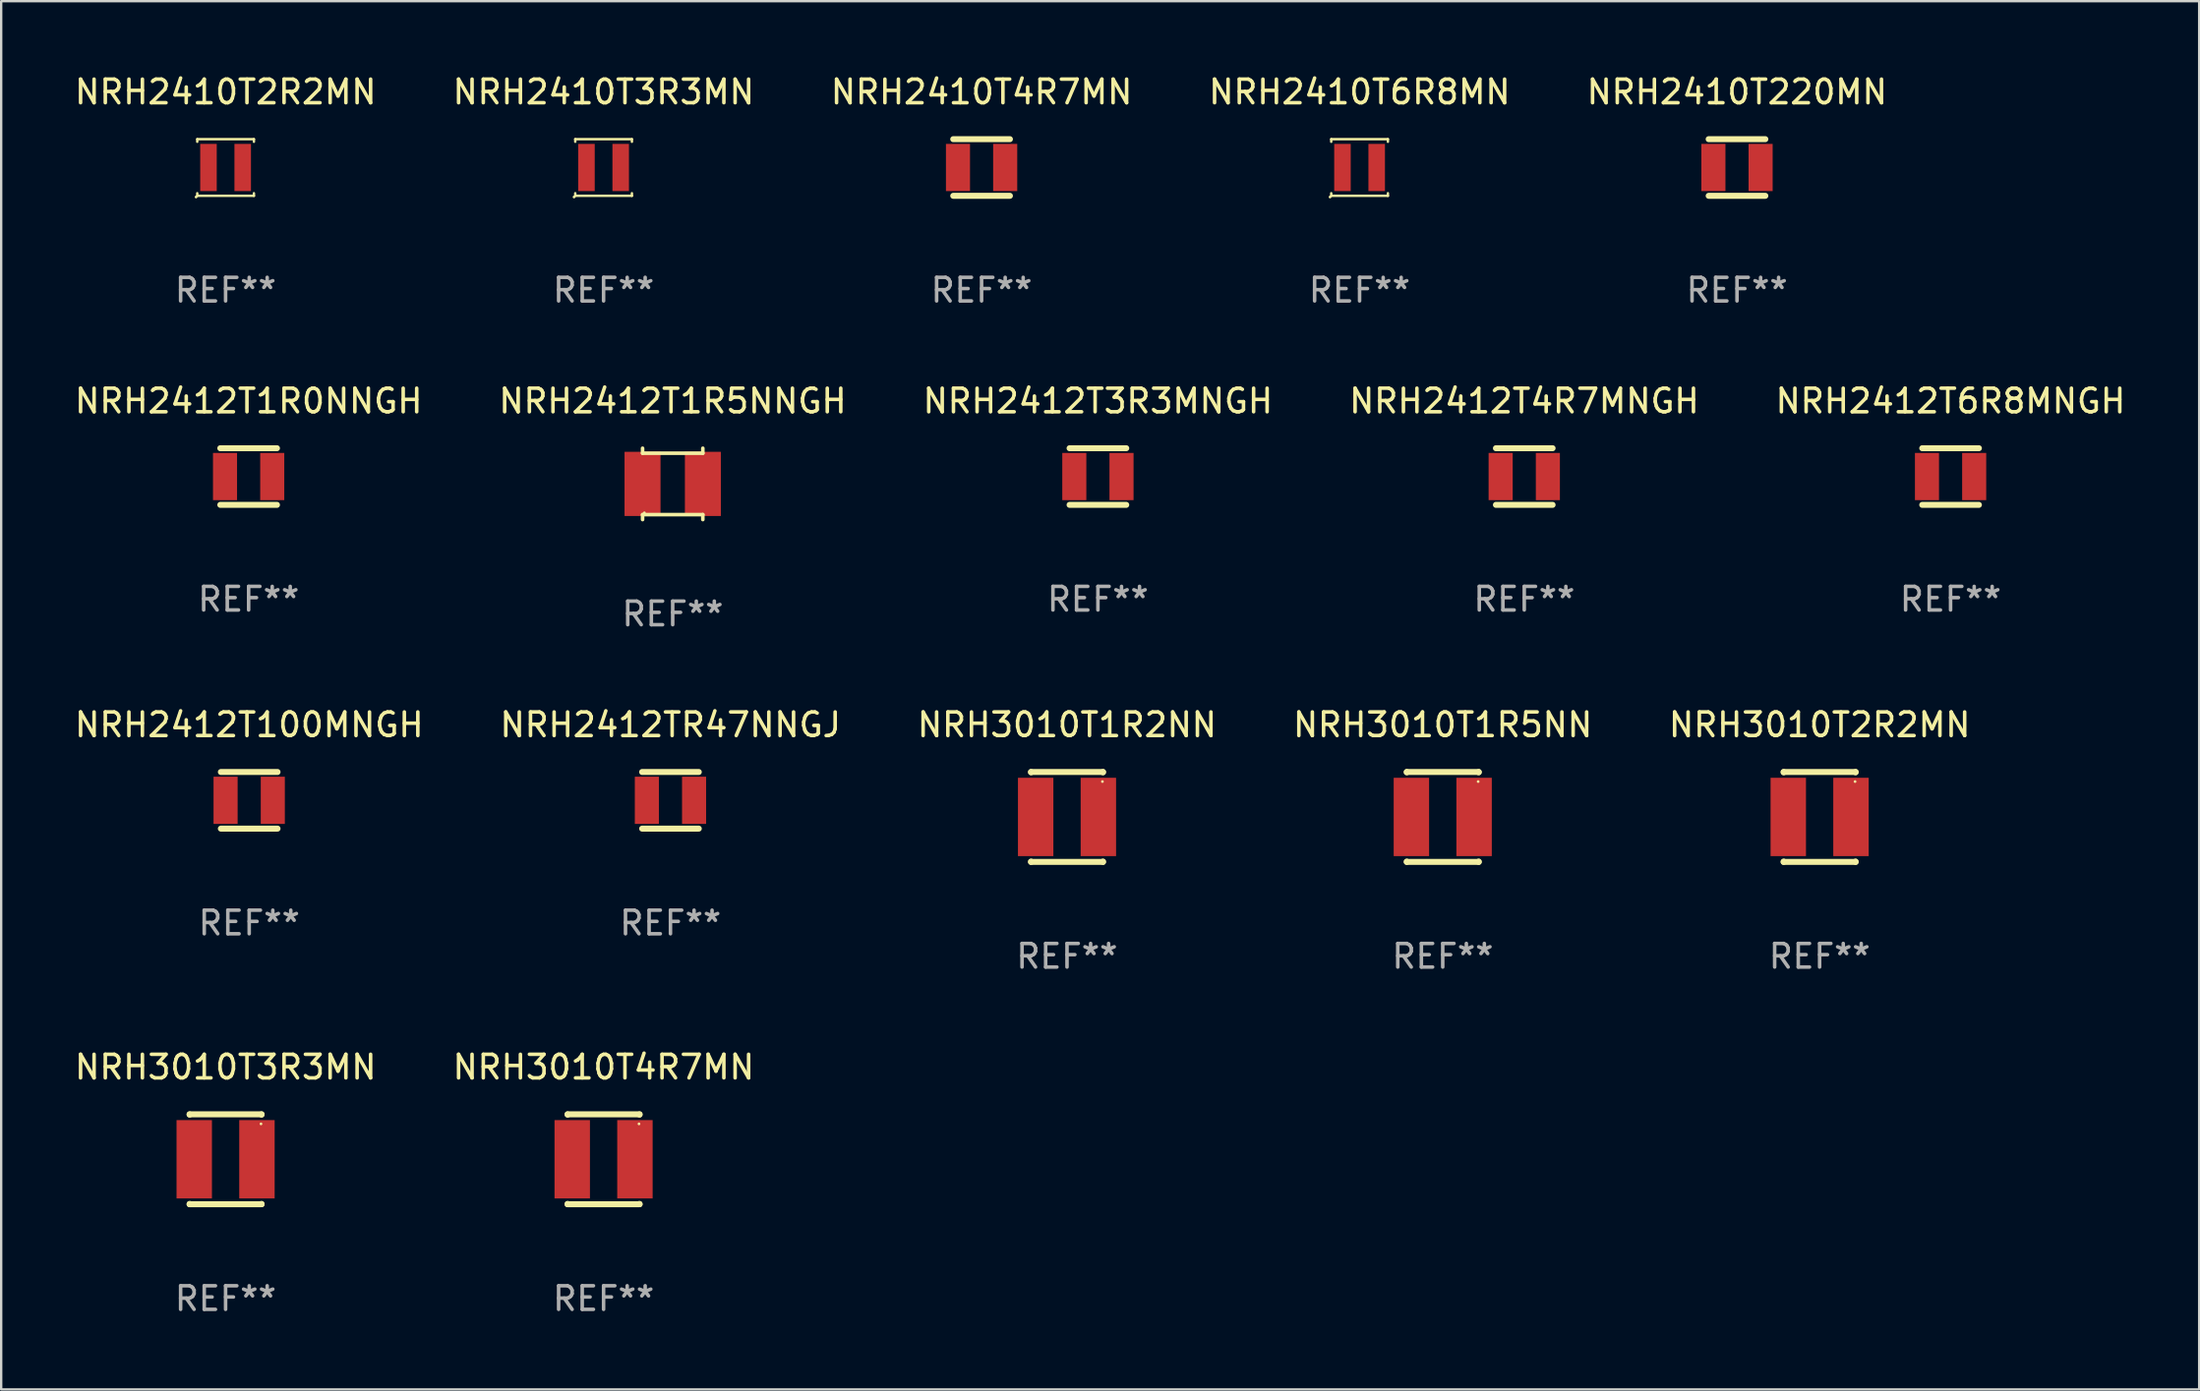
<source format=kicad_pcb>
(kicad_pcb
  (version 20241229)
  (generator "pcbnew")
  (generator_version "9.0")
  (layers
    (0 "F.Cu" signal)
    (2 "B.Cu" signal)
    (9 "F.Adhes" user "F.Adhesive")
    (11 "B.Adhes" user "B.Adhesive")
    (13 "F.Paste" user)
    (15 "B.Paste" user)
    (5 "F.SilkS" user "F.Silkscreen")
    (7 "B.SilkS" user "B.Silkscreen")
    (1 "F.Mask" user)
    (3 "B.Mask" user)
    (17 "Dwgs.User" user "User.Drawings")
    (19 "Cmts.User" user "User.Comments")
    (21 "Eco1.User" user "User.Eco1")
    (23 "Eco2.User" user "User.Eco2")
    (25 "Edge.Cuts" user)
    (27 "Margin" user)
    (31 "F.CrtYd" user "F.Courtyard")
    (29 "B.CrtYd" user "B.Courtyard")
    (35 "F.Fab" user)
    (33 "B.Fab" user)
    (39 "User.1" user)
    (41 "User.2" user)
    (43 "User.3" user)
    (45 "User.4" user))
  (footprint "NRH2412TR47NNGJ"
    (layer "F.Cu")
    (at 25.351 30.866)
    (property "Reference" "NRH2412TR47NNGJ" (at 0 -3.2 0) (layer "F.SilkS") (effects (font (size 1 1) (thickness 0.15))))
    (attr through_hole)
    (fp_line (start -1.2 -1.2) (end 1.2 -1.2) (stroke (width 0.254) (type solid)) (layer "F.SilkS"))
    (fp_line (start -1.2 1.2) (end 1.2 1.2) (stroke (width 0.254) (type solid)) (layer "F.SilkS"))
    (fp_circle (center -1.2 1.2) (end -1.17 1.2) (stroke (width 0.06) (type solid)) (fill no) (layer "F.SilkS"))
    (fp_text user "REF**" (at 0 5.2 0) (layer "F.Fab") (effects (font (size 1 1) (thickness 0.15))))
    (pad "1" smd rect (at -1 0) (size 1.02 2) (layers "F.Cu" "F.Mask" "F.Paste"))
    (pad "2" smd rect (at 1 0) (size 1.02 2) (layers "F.Cu" "F.Mask" "F.Paste")))
  (footprint "NRH3010T2R2MN"
    (layer "F.Cu")
    (at 74.03 31.571)
    (property "Reference" "NRH3010T2R2MN" (at 0 -3.905 0) (layer "F.SilkS") (effects (font (size 1 1) (thickness 0.15))))
    (attr through_hole)
    (fp_line (start -1.524 -1.905) (end 1.524 -1.905) (stroke (width 0.254) (type solid)) (layer "F.SilkS"))
    (fp_line (start -1.524 -1.891) (end -1.524 -1.905) (stroke (width 0.254) (type solid)) (layer "F.SilkS"))
    (fp_line (start -1.524 1.905) (end -1.524 1.891) (stroke (width 0.254) (type solid)) (layer "F.SilkS"))
    (fp_line (start -1.524 1.905) (end 1.524 1.905) (stroke (width 0.254) (type solid)) (layer "F.SilkS"))
    (fp_line (start 1.524 -1.905) (end 1.524 -1.891) (stroke (width 0.254) (type solid)) (layer "F.SilkS"))
    (fp_line (start 1.524 1.891) (end 1.524 1.905) (stroke (width 0.254) (type solid)) (layer "F.SilkS"))
    (fp_circle (center 1.5 -1.5) (end 1.53 -1.5) (stroke (width 0.06) (type solid)) (fill no) (layer "F.SilkS"))
    (fp_text user "REF**" (at 0 5.905 0) (layer "F.Fab") (effects (font (size 1 1) (thickness 0.15))))
    (pad "1" smd rect (at 1.328 0) (size 1.5 3.32) (layers "F.Cu" "F.Mask" "F.Paste"))
    (pad "2" smd rect (at -1.328 0) (size 1.5 3.32) (layers "F.Cu" "F.Mask" "F.Paste")))
  (footprint "NRH2412T1R5NNGH"
    (layer "F.Cu")
    (at 25.446 17.457)
    (property "Reference" "NRH2412T1R5NNGH" (at 0 -3.512 0) (layer "F.SilkS") (effects (font (size 1 1) (thickness 0.15))))
    (attr through_hole)
    (fp_line (start -1.276 -1.512) (end -1.276 -1.301) (stroke (width 0.152) (type solid)) (layer "F.SilkS"))
    (fp_line (start -1.276 -1.301) (end 1.276 -1.301) (stroke (width 0.152) (type solid)) (layer "F.SilkS"))
    (fp_line (start -1.276 1.301) (end 1.276 1.301) (stroke (width 0.152) (type solid)) (layer "F.SilkS"))
    (fp_line (start -1.276 1.512) (end -1.276 1.301) (stroke (width 0.152) (type solid)) (layer "F.SilkS"))
    (fp_line (start 1.276 -1.301) (end 1.276 -1.512) (stroke (width 0.152) (type solid)) (layer "F.SilkS"))
    (fp_line (start 1.276 1.301) (end 1.276 1.512) (stroke (width 0.152) (type solid)) (layer "F.SilkS"))
    (fp_circle (center -1.2 1.225) (end -1.17 1.225) (stroke (width 0.06) (type solid)) (fill no) (layer "F.SilkS"))
    (fp_text user "REF**" (at 0 5.512 0) (layer "F.Fab") (effects (font (size 1 1) (thickness 0.15))))
    (pad "1" smd rect (at 1.278 0) (size 1.524 2.72) (layers "F.Cu" "F.Mask" "F.Paste"))
    (pad "2" smd rect (at -1.278 0) (size 1.524 2.72) (layers "F.Cu" "F.Mask" "F.Paste")))
  (footprint "NRH2412T6R8MNGH"
    (layer "F.Cu")
    (at 79.577 17.145)
    (property "Reference" "NRH2412T6R8MNGH" (at 0 -3.2 0) (layer "F.SilkS") (effects (font (size 1 1) (thickness 0.15))))
    (attr through_hole)
    (fp_line (start -1.2 -1.2) (end 1.2 -1.2) (stroke (width 0.254) (type solid)) (layer "F.SilkS"))
    (fp_line (start -1.2 1.2) (end 1.2 1.2) (stroke (width 0.254) (type solid)) (layer "F.SilkS"))
    (fp_circle (center -1.2 1.2) (end -1.17 1.2) (stroke (width 0.06) (type solid)) (fill no) (layer "F.SilkS"))
    (fp_text user "REF**" (at 0 5.2 0) (layer "F.Fab") (effects (font (size 1 1) (thickness 0.15))))
    (pad "1" smd rect (at -1 0) (size 1.02 2) (layers "F.Cu" "F.Mask" "F.Paste"))
    (pad "2" smd rect (at 1 0) (size 1.02 2) (layers "F.Cu" "F.Mask" "F.Paste")))
  (footprint "NRH3010T4R7MN"
    (layer "F.Cu")
    (at 22.518 46.078)
    (property "Reference" "NRH3010T4R7MN" (at 0 -3.905 0) (layer "F.SilkS") (effects (font (size 1 1) (thickness 0.15))))
    (attr through_hole)
    (fp_line (start -1.524 -1.905) (end 1.524 -1.905) (stroke (width 0.254) (type solid)) (layer "F.SilkS"))
    (fp_line (start -1.524 -1.891) (end -1.524 -1.905) (stroke (width 0.254) (type solid)) (layer "F.SilkS"))
    (fp_line (start -1.524 1.905) (end -1.524 1.891) (stroke (width 0.254) (type solid)) (layer "F.SilkS"))
    (fp_line (start -1.524 1.905) (end 1.524 1.905) (stroke (width 0.254) (type solid)) (layer "F.SilkS"))
    (fp_line (start 1.524 -1.905) (end 1.524 -1.891) (stroke (width 0.254) (type solid)) (layer "F.SilkS"))
    (fp_line (start 1.524 1.891) (end 1.524 1.905) (stroke (width 0.254) (type solid)) (layer "F.SilkS"))
    (fp_circle (center 1.5 -1.5) (end 1.53 -1.5) (stroke (width 0.06) (type solid)) (fill no) (layer "F.SilkS"))
    (fp_text user "REF**" (at 0 5.905 0) (layer "F.Fab") (effects (font (size 1 1) (thickness 0.15))))
    (pad "1" smd rect (at 1.328 0) (size 1.5 3.32) (layers "F.Cu" "F.Mask" "F.Paste"))
    (pad "2" smd rect (at -1.328 0) (size 1.5 3.32) (layers "F.Cu" "F.Mask" "F.Paste")))
  (footprint "NRH2412T3R3MNGH"
    (layer "F.Cu")
    (at 43.458 17.145)
    (property "Reference" "NRH2412T3R3MNGH" (at 0 -3.2 0) (layer "F.SilkS") (effects (font (size 1 1) (thickness 0.15))))
    (attr through_hole)
    (fp_line (start -1.2 -1.2) (end 1.2 -1.2) (stroke (width 0.254) (type solid)) (layer "F.SilkS"))
    (fp_line (start -1.2 1.2) (end 1.2 1.2) (stroke (width 0.254) (type solid)) (layer "F.SilkS"))
    (fp_circle (center -1.2 1.2) (end -1.17 1.2) (stroke (width 0.06) (type solid)) (fill no) (layer "F.SilkS"))
    (fp_text user "REF**" (at 0 5.2 0) (layer "F.Fab") (effects (font (size 1 1) (thickness 0.15))))
    (pad "1" smd rect (at -1 0) (size 1.02 2) (layers "F.Cu" "F.Mask" "F.Paste"))
    (pad "2" smd rect (at 1 0) (size 1.02 2) (layers "F.Cu" "F.Mask" "F.Paste")))
  (footprint "NRH2410T2R2MN"
    (layer "F.Cu")
    (at 6.506 4.048)
    (property "Reference" "NRH2410T2R2MN" (at 0 -3.2 0) (layer "F.SilkS") (effects (font (size 1 1) (thickness 0.15))))
    (attr through_hole)
    (fp_line (start -1.2 -1.2) (end 1.2 -1.2) (stroke (width 0.102) (type solid)) (layer "F.SilkS"))
    (fp_line (start -1.2 -1.09) (end -1.2 -1.2) (stroke (width 0.102) (type solid)) (layer "F.SilkS"))
    (fp_line (start -1.2 1.2) (end -1.2 1.09) (stroke (width 0.102) (type solid)) (layer "F.SilkS"))
    (fp_line (start 1.2 -1.2) (end 1.2 -1.09) (stroke (width 0.102) (type solid)) (layer "F.SilkS"))
    (fp_line (start 1.2 1.09) (end 1.2 1.2) (stroke (width 0.102) (type solid)) (layer "F.SilkS"))
    (fp_line (start 1.2 1.2) (end -1.2 1.2) (stroke (width 0.102) (type solid)) (layer "F.SilkS"))
    (fp_circle (center -1.251 1.251) (end -1.221 1.251) (stroke (width 0.06) (type solid)) (fill no) (layer "F.SilkS"))
    (fp_text user "REF**" (at 0 5.2 0) (layer "F.Fab") (effects (font (size 1 1) (thickness 0.15))))
    (pad "1" smd rect (at -0.725 0) (size 0.7 2) (layers "F.Cu" "F.Mask" "F.Paste"))
    (pad "2" smd rect (at 0.725 0) (size 0.7 2) (layers "F.Cu" "F.Mask" "F.Paste")))
  (footprint "NRH2410T220MN"
    (layer "F.Cu")
    (at 70.53 4.048)
    (property "Reference" "NRH2410T220MN" (at 0 -3.2 0) (layer "F.SilkS") (effects (font (size 1 1) (thickness 0.15))))
    (attr through_hole)
    (fp_line (start -1.2 -1.2) (end 1.2 -1.2) (stroke (width 0.254) (type solid)) (layer "F.SilkS"))
    (fp_line (start -1.2 1.2) (end 1.2 1.2) (stroke (width 0.254) (type solid)) (layer "F.SilkS"))
    (fp_circle (center -1.2 1.2) (end -1.17 1.2) (stroke (width 0.06) (type solid)) (fill no) (layer "F.SilkS"))
    (fp_text user "REF**" (at 0 5.2 0) (layer "F.Fab") (effects (font (size 1 1) (thickness 0.15))))
    (pad "1" smd rect (at -1 0) (size 1.02 2) (layers "F.Cu" "F.Mask" "F.Paste"))
    (pad "2" smd rect (at 1 0) (size 1.02 2) (layers "F.Cu" "F.Mask" "F.Paste")))
  (footprint "NRH3010T1R5NN"
    (layer "F.Cu")
    (at 58.065 31.571)
    (property "Reference" "NRH3010T1R5NN" (at 0 -3.905 0) (layer "F.SilkS") (effects (font (size 1 1) (thickness 0.15))))
    (attr through_hole)
    (fp_line (start -1.524 -1.905) (end 1.524 -1.905) (stroke (width 0.254) (type solid)) (layer "F.SilkS"))
    (fp_line (start -1.524 -1.891) (end -1.524 -1.905) (stroke (width 0.254) (type solid)) (layer "F.SilkS"))
    (fp_line (start -1.524 1.905) (end -1.524 1.891) (stroke (width 0.254) (type solid)) (layer "F.SilkS"))
    (fp_line (start -1.524 1.905) (end 1.524 1.905) (stroke (width 0.254) (type solid)) (layer "F.SilkS"))
    (fp_line (start 1.524 -1.905) (end 1.524 -1.891) (stroke (width 0.254) (type solid)) (layer "F.SilkS"))
    (fp_line (start 1.524 1.891) (end 1.524 1.905) (stroke (width 0.254) (type solid)) (layer "F.SilkS"))
    (fp_circle (center 1.5 -1.5) (end 1.53 -1.5) (stroke (width 0.06) (type solid)) (fill no) (layer "F.SilkS"))
    (fp_text user "REF**" (at 0 5.905 0) (layer "F.Fab") (effects (font (size 1 1) (thickness 0.15))))
    (pad "1" smd rect (at 1.328 0) (size 1.5 3.32) (layers "F.Cu" "F.Mask" "F.Paste"))
    (pad "2" smd rect (at -1.328 0) (size 1.5 3.32) (layers "F.Cu" "F.Mask" "F.Paste")))
  (footprint "NRH2410T6R8MN"
    (layer "F.Cu")
    (at 54.542 4.048)
    (property "Reference" "NRH2410T6R8MN" (at 0 -3.2 0) (layer "F.SilkS") (effects (font (size 1 1) (thickness 0.15))))
    (attr through_hole)
    (fp_line (start -1.2 -1.2) (end 1.2 -1.2) (stroke (width 0.102) (type solid)) (layer "F.SilkS"))
    (fp_line (start -1.2 -1.09) (end -1.2 -1.2) (stroke (width 0.102) (type solid)) (layer "F.SilkS"))
    (fp_line (start -1.2 1.2) (end -1.2 1.09) (stroke (width 0.102) (type solid)) (layer "F.SilkS"))
    (fp_line (start 1.2 -1.2) (end 1.2 -1.09) (stroke (width 0.102) (type solid)) (layer "F.SilkS"))
    (fp_line (start 1.2 1.09) (end 1.2 1.2) (stroke (width 0.102) (type solid)) (layer "F.SilkS"))
    (fp_line (start 1.2 1.2) (end -1.2 1.2) (stroke (width 0.102) (type solid)) (layer "F.SilkS"))
    (fp_circle (center -1.251 1.251) (end -1.221 1.251) (stroke (width 0.06) (type solid)) (fill no) (layer "F.SilkS"))
    (fp_text user "REF**" (at 0 5.2 0) (layer "F.Fab") (effects (font (size 1 1) (thickness 0.15))))
    (pad "1" smd rect (at -0.725 0) (size 0.7 2) (layers "F.Cu" "F.Mask" "F.Paste"))
    (pad "2" smd rect (at 0.725 0) (size 0.7 2) (layers "F.Cu" "F.Mask" "F.Paste")))
  (footprint "NRH2410T4R7MN"
    (layer "F.Cu")
    (at 38.53 4.048)
    (property "Reference" "NRH2410T4R7MN" (at 0 -3.2 0) (layer "F.SilkS") (effects (font (size 1 1) (thickness 0.15))))
    (attr through_hole)
    (fp_line (start -1.2 -1.2) (end 1.2 -1.2) (stroke (width 0.254) (type solid)) (layer "F.SilkS"))
    (fp_line (start -1.2 1.2) (end 1.2 1.2) (stroke (width 0.254) (type solid)) (layer "F.SilkS"))
    (fp_circle (center -1.2 1.2) (end -1.17 1.2) (stroke (width 0.06) (type solid)) (fill no) (layer "F.SilkS"))
    (fp_text user "REF**" (at 0 5.2 0) (layer "F.Fab") (effects (font (size 1 1) (thickness 0.15))))
    (pad "1" smd rect (at -1 0) (size 1.02 2) (layers "F.Cu" "F.Mask" "F.Paste"))
    (pad "2" smd rect (at 1 0) (size 1.02 2) (layers "F.Cu" "F.Mask" "F.Paste")))
  (footprint "NRH2412T4R7MNGH"
    (layer "F.Cu")
    (at 61.518 17.145)
    (property "Reference" "NRH2412T4R7MNGH" (at 0 -3.2 0) (layer "F.SilkS") (effects (font (size 1 1) (thickness 0.15))))
    (attr through_hole)
    (fp_line (start -1.2 -1.2) (end 1.2 -1.2) (stroke (width 0.254) (type solid)) (layer "F.SilkS"))
    (fp_line (start -1.2 1.2) (end 1.2 1.2) (stroke (width 0.254) (type solid)) (layer "F.SilkS"))
    (fp_circle (center -1.2 1.2) (end -1.17 1.2) (stroke (width 0.06) (type solid)) (fill no) (layer "F.SilkS"))
    (fp_text user "REF**" (at 0 5.2 0) (layer "F.Fab") (effects (font (size 1 1) (thickness 0.15))))
    (pad "1" smd rect (at -1 0) (size 1.02 2) (layers "F.Cu" "F.Mask" "F.Paste"))
    (pad "2" smd rect (at 1 0) (size 1.02 2) (layers "F.Cu" "F.Mask" "F.Paste")))
  (footprint "NRH3010T3R3MN"
    (layer "F.Cu")
    (at 6.506 46.078)
    (property "Reference" "NRH3010T3R3MN" (at 0 -3.905 0) (layer "F.SilkS") (effects (font (size 1 1) (thickness 0.15))))
    (attr through_hole)
    (fp_line (start -1.524 -1.905) (end 1.524 -1.905) (stroke (width 0.254) (type solid)) (layer "F.SilkS"))
    (fp_line (start -1.524 -1.891) (end -1.524 -1.905) (stroke (width 0.254) (type solid)) (layer "F.SilkS"))
    (fp_line (start -1.524 1.905) (end -1.524 1.891) (stroke (width 0.254) (type solid)) (layer "F.SilkS"))
    (fp_line (start -1.524 1.905) (end 1.524 1.905) (stroke (width 0.254) (type solid)) (layer "F.SilkS"))
    (fp_line (start 1.524 -1.905) (end 1.524 -1.891) (stroke (width 0.254) (type solid)) (layer "F.SilkS"))
    (fp_line (start 1.524 1.891) (end 1.524 1.905) (stroke (width 0.254) (type solid)) (layer "F.SilkS"))
    (fp_circle (center 1.5 -1.5) (end 1.53 -1.5) (stroke (width 0.06) (type solid)) (fill no) (layer "F.SilkS"))
    (fp_text user "REF**" (at 0 5.905 0) (layer "F.Fab") (effects (font (size 1 1) (thickness 0.15))))
    (pad "1" smd rect (at 1.328 0) (size 1.5 3.32) (layers "F.Cu" "F.Mask" "F.Paste"))
    (pad "2" smd rect (at -1.328 0) (size 1.5 3.32) (layers "F.Cu" "F.Mask" "F.Paste")))
  (footprint "NRH2412T100MNGH"
    (layer "F.Cu")
    (at 7.506 30.866)
    (property "Reference" "NRH2412T100MNGH" (at 0 -3.2 0) (layer "F.SilkS") (effects (font (size 1 1) (thickness 0.15))))
    (attr through_hole)
    (fp_line (start -1.2 -1.2) (end 1.2 -1.2) (stroke (width 0.254) (type solid)) (layer "F.SilkS"))
    (fp_line (start -1.2 1.2) (end 1.2 1.2) (stroke (width 0.254) (type solid)) (layer "F.SilkS"))
    (fp_circle (center -1.2 1.2) (end -1.17 1.2) (stroke (width 0.06) (type solid)) (fill no) (layer "F.SilkS"))
    (fp_text user "REF**" (at 0 5.2 0) (layer "F.Fab") (effects (font (size 1 1) (thickness 0.15))))
    (pad "1" smd rect (at -1 0) (size 1.02 2) (layers "F.Cu" "F.Mask" "F.Paste"))
    (pad "2" smd rect (at 1 0) (size 1.02 2) (layers "F.Cu" "F.Mask" "F.Paste")))
  (footprint "NRH2412T1R0NNGH"
    (layer "F.Cu")
    (at 7.482 17.145)
    (property "Reference" "NRH2412T1R0NNGH" (at 0 -3.2 0) (layer "F.SilkS") (effects (font (size 1 1) (thickness 0.15))))
    (attr through_hole)
    (fp_line (start -1.2 -1.2) (end 1.2 -1.2) (stroke (width 0.254) (type solid)) (layer "F.SilkS"))
    (fp_line (start -1.2 1.2) (end 1.2 1.2) (stroke (width 0.254) (type solid)) (layer "F.SilkS"))
    (fp_circle (center -1.2 1.2) (end -1.17 1.2) (stroke (width 0.06) (type solid)) (fill no) (layer "F.SilkS"))
    (fp_text user "REF**" (at 0 5.2 0) (layer "F.Fab") (effects (font (size 1 1) (thickness 0.15))))
    (pad "1" smd rect (at -1 0) (size 1.02 2) (layers "F.Cu" "F.Mask" "F.Paste"))
    (pad "2" smd rect (at 1 0) (size 1.02 2) (layers "F.Cu" "F.Mask" "F.Paste")))
  (footprint "NRH3010T1R2NN"
    (layer "F.Cu")
    (at 42.149 31.571)
    (property "Reference" "NRH3010T1R2NN" (at 0 -3.905 0) (layer "F.SilkS") (effects (font (size 1 1) (thickness 0.15))))
    (attr through_hole)
    (fp_line (start -1.524 -1.905) (end 1.524 -1.905) (stroke (width 0.254) (type solid)) (layer "F.SilkS"))
    (fp_line (start -1.524 -1.891) (end -1.524 -1.905) (stroke (width 0.254) (type solid)) (layer "F.SilkS"))
    (fp_line (start -1.524 1.905) (end -1.524 1.891) (stroke (width 0.254) (type solid)) (layer "F.SilkS"))
    (fp_line (start -1.524 1.905) (end 1.524 1.905) (stroke (width 0.254) (type solid)) (layer "F.SilkS"))
    (fp_line (start 1.524 -1.905) (end 1.524 -1.891) (stroke (width 0.254) (type solid)) (layer "F.SilkS"))
    (fp_line (start 1.524 1.891) (end 1.524 1.905) (stroke (width 0.254) (type solid)) (layer "F.SilkS"))
    (fp_circle (center 1.5 -1.5) (end 1.53 -1.5) (stroke (width 0.06) (type solid)) (fill no) (layer "F.SilkS"))
    (fp_text user "REF**" (at 0 5.905 0) (layer "F.Fab") (effects (font (size 1 1) (thickness 0.15))))
    (pad "1" smd rect (at 1.328 0) (size 1.5 3.32) (layers "F.Cu" "F.Mask" "F.Paste"))
    (pad "2" smd rect (at -1.328 0) (size 1.5 3.32) (layers "F.Cu" "F.Mask" "F.Paste")))
  (footprint "NRH2410T3R3MN"
    (layer "F.Cu")
    (at 22.518 4.048)
    (property "Reference" "NRH2410T3R3MN" (at 0 -3.2 0) (layer "F.SilkS") (effects (font (size 1 1) (thickness 0.15))))
    (attr through_hole)
    (fp_line (start -1.2 -1.2) (end 1.2 -1.2) (stroke (width 0.102) (type solid)) (layer "F.SilkS"))
    (fp_line (start -1.2 -1.09) (end -1.2 -1.2) (stroke (width 0.102) (type solid)) (layer "F.SilkS"))
    (fp_line (start -1.2 1.2) (end -1.2 1.09) (stroke (width 0.102) (type solid)) (layer "F.SilkS"))
    (fp_line (start 1.2 -1.2) (end 1.2 -1.09) (stroke (width 0.102) (type solid)) (layer "F.SilkS"))
    (fp_line (start 1.2 1.09) (end 1.2 1.2) (stroke (width 0.102) (type solid)) (layer "F.SilkS"))
    (fp_line (start 1.2 1.2) (end -1.2 1.2) (stroke (width 0.102) (type solid)) (layer "F.SilkS"))
    (fp_circle (center -1.251 1.251) (end -1.221 1.251) (stroke (width 0.06) (type solid)) (fill no) (layer "F.SilkS"))
    (fp_text user "REF**" (at 0 5.2 0) (layer "F.Fab") (effects (font (size 1 1) (thickness 0.15))))
    (pad "1" smd rect (at -0.725 0) (size 0.7 2) (layers "F.Cu" "F.Mask" "F.Paste"))
    (pad "2" smd rect (at 0.725 0) (size 0.7 2) (layers "F.Cu" "F.Mask" "F.Paste")))
  (gr_rect
    (start -3 -3)
    (end 90.107 55.831)
    (stroke (width 0.1) (type default))
    (fill no)
    (layer "Edge.Cuts")))
</source>
